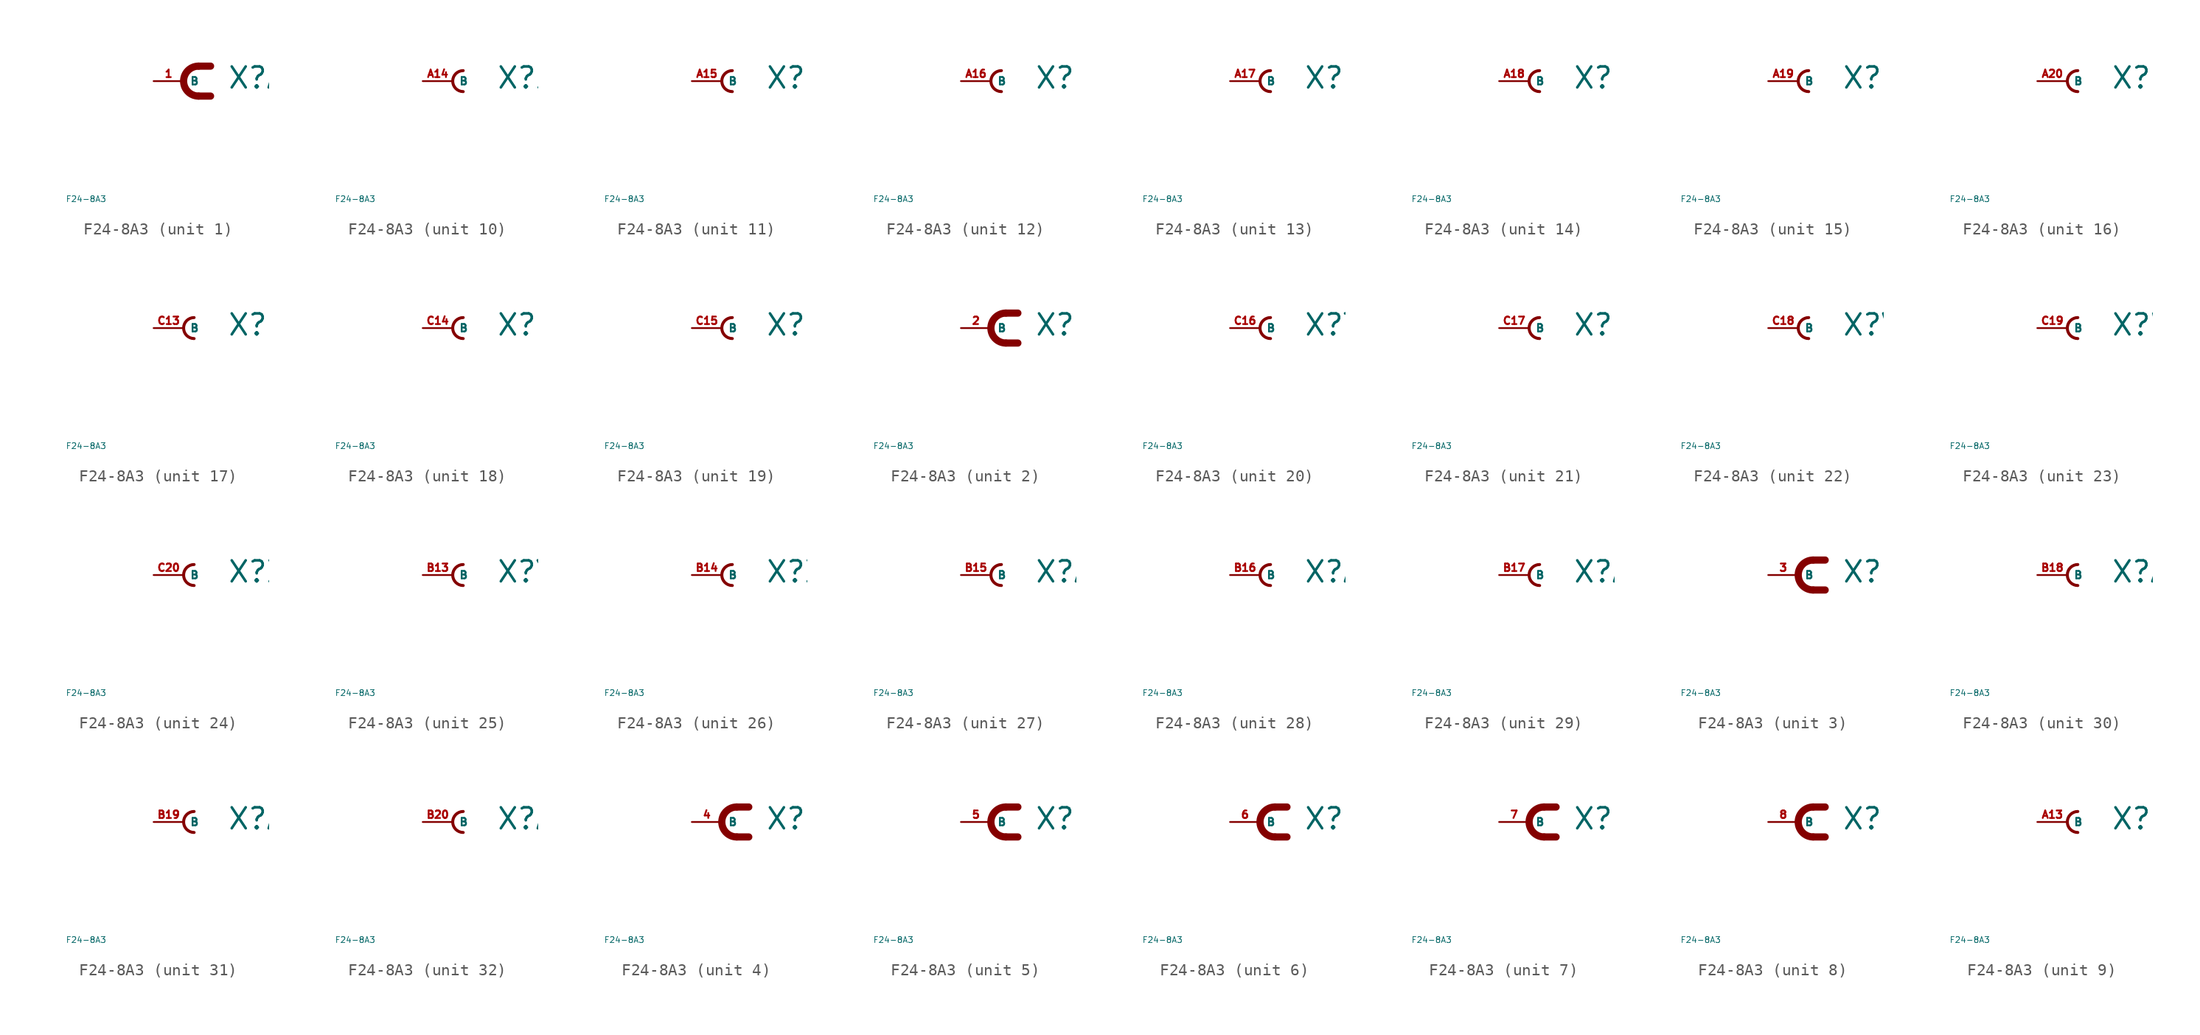
<source format=kicad_sym>
(kicad_symbol_lib
  (version 20220914)
  (generator Eagle2Kicad)
  (symbol "F24-8A3"
    (property "Reference" "X"
      (at 3.683 -0.762 0)
      (effects (font (size 1.778 1.778) (thickness 0.22)) (justify left bottom)))
    (property "Value" "F24-8A3"
      (at -10 -10 0)
      (effects (font (size 0.5 0.5) (thickness 0.06)) (justify left)))
    (symbol "F24-8A3_1_0"
      (arc (start 1.27 1.27) (mid 0.000 0.000) (end 1.27 -1.27) (stroke (width 0.6096) (type default)) (fill (type none)))
      (polyline (pts (xy 1.27 1.27) (xy 2.286 1.27)) (stroke (width 0.61) (type default)) (fill (type none)))
      (polyline (pts (xy 1.27 -1.27) (xy 2.286 -1.27)) (stroke (width 0.61) (type default)) (fill (type none)))
      (pin passive line (at -2.54 0 0) (length 2.54) (name "B" (effects (font (size 0.635 0.635) (thickness 0.08)) (justify left bottom))) (number "1" (effects (font (size 0.635 0.635) (thickness 0.08)) (justify left bottom)))))
    (symbol "F24-8A3_2_0"
      (arc (start 1.27 1.27) (mid 0.000 0.000) (end 1.27 -1.27) (stroke (width 0.6096) (type default)) (fill (type none)))
      (polyline (pts (xy 1.27 1.27) (xy 2.286 1.27)) (stroke (width 0.61) (type default)) (fill (type none)))
      (polyline (pts (xy 1.27 -1.27) (xy 2.286 -1.27)) (stroke (width 0.61) (type default)) (fill (type none)))
      (pin passive line (at -2.54 0 0) (length 2.54) (name "B" (effects (font (size 0.635 0.635) (thickness 0.08)) (justify left bottom))) (number "2" (effects (font (size 0.635 0.635) (thickness 0.08)) (justify left bottom)))))
    (symbol "F24-8A3_3_0"
      (arc (start 1.27 1.27) (mid 0.000 0.000) (end 1.27 -1.27) (stroke (width 0.6096) (type default)) (fill (type none)))
      (polyline (pts (xy 1.27 1.27) (xy 2.286 1.27)) (stroke (width 0.61) (type default)) (fill (type none)))
      (polyline (pts (xy 1.27 -1.27) (xy 2.286 -1.27)) (stroke (width 0.61) (type default)) (fill (type none)))
      (pin passive line (at -2.54 0 0) (length 2.54) (name "B" (effects (font (size 0.635 0.635) (thickness 0.08)) (justify left bottom))) (number "3" (effects (font (size 0.635 0.635) (thickness 0.08)) (justify left bottom)))))
    (symbol "F24-8A3_4_0"
      (arc (start 1.27 1.27) (mid 0.000 0.000) (end 1.27 -1.27) (stroke (width 0.6096) (type default)) (fill (type none)))
      (polyline (pts (xy 1.27 1.27) (xy 2.286 1.27)) (stroke (width 0.61) (type default)) (fill (type none)))
      (polyline (pts (xy 1.27 -1.27) (xy 2.286 -1.27)) (stroke (width 0.61) (type default)) (fill (type none)))
      (pin passive line (at -2.54 0 0) (length 2.54) (name "B" (effects (font (size 0.635 0.635) (thickness 0.08)) (justify left bottom))) (number "4" (effects (font (size 0.635 0.635) (thickness 0.08)) (justify left bottom)))))
    (symbol "F24-8A3_5_0"
      (arc (start 1.27 1.27) (mid 0.000 0.000) (end 1.27 -1.27) (stroke (width 0.6096) (type default)) (fill (type none)))
      (polyline (pts (xy 1.27 1.27) (xy 2.286 1.27)) (stroke (width 0.61) (type default)) (fill (type none)))
      (polyline (pts (xy 1.27 -1.27) (xy 2.286 -1.27)) (stroke (width 0.61) (type default)) (fill (type none)))
      (pin passive line (at -2.54 0 0) (length 2.54) (name "B" (effects (font (size 0.635 0.635) (thickness 0.08)) (justify left bottom))) (number "5" (effects (font (size 0.635 0.635) (thickness 0.08)) (justify left bottom)))))
    (symbol "F24-8A3_6_0"
      (arc (start 1.27 1.27) (mid 0.000 0.000) (end 1.27 -1.27) (stroke (width 0.6096) (type default)) (fill (type none)))
      (polyline (pts (xy 1.27 1.27) (xy 2.286 1.27)) (stroke (width 0.61) (type default)) (fill (type none)))
      (polyline (pts (xy 1.27 -1.27) (xy 2.286 -1.27)) (stroke (width 0.61) (type default)) (fill (type none)))
      (pin passive line (at -2.54 0 0) (length 2.54) (name "B" (effects (font (size 0.635 0.635) (thickness 0.08)) (justify left bottom))) (number "6" (effects (font (size 0.635 0.635) (thickness 0.08)) (justify left bottom)))))
    (symbol "F24-8A3_7_0"
      (arc (start 1.27 1.27) (mid 0.000 0.000) (end 1.27 -1.27) (stroke (width 0.6096) (type default)) (fill (type none)))
      (polyline (pts (xy 1.27 1.27) (xy 2.286 1.27)) (stroke (width 0.61) (type default)) (fill (type none)))
      (polyline (pts (xy 1.27 -1.27) (xy 2.286 -1.27)) (stroke (width 0.61) (type default)) (fill (type none)))
      (pin passive line (at -2.54 0 0) (length 2.54) (name "B" (effects (font (size 0.635 0.635) (thickness 0.08)) (justify left bottom))) (number "7" (effects (font (size 0.635 0.635) (thickness 0.08)) (justify left bottom)))))
    (symbol "F24-8A3_8_0"
      (arc (start 1.27 1.27) (mid 0.000 0.000) (end 1.27 -1.27) (stroke (width 0.6096) (type default)) (fill (type none)))
      (polyline (pts (xy 1.27 1.27) (xy 2.286 1.27)) (stroke (width 0.61) (type default)) (fill (type none)))
      (polyline (pts (xy 1.27 -1.27) (xy 2.286 -1.27)) (stroke (width 0.61) (type default)) (fill (type none)))
      (pin passive line (at -2.54 0 0) (length 2.54) (name "B" (effects (font (size 0.635 0.635) (thickness 0.08)) (justify left bottom))) (number "8" (effects (font (size 0.635 0.635) (thickness 0.08)) (justify left bottom)))))
    (symbol "F24-8A3_9_0"
      (arc (start 0.889 0.889) (mid 0.000 0.000) (end 0.889 -0.889) (stroke (width 0.254) (type default)) (fill (type none)))
      (pin passive line (at -2.54 0 0) (length 2.54) (name "B" (effects (font (size 0.635 0.635) (thickness 0.08)) (justify left bottom))) (number "A13" (effects (font (size 0.635 0.635) (thickness 0.08)) (justify left bottom)))))
    (symbol "F24-8A3_10_0"
      (arc (start 0.889 0.889) (mid 0.000 0.000) (end 0.889 -0.889) (stroke (width 0.254) (type default)) (fill (type none)))
      (pin passive line (at -2.54 0 0) (length 2.54) (name "B" (effects (font (size 0.635 0.635) (thickness 0.08)) (justify left bottom))) (number "A14" (effects (font (size 0.635 0.635) (thickness 0.08)) (justify left bottom)))))
    (symbol "F24-8A3_11_0"
      (arc (start 0.889 0.889) (mid 0.000 0.000) (end 0.889 -0.889) (stroke (width 0.254) (type default)) (fill (type none)))
      (pin passive line (at -2.54 0 0) (length 2.54) (name "B" (effects (font (size 0.635 0.635) (thickness 0.08)) (justify left bottom))) (number "A15" (effects (font (size 0.635 0.635) (thickness 0.08)) (justify left bottom)))))
    (symbol "F24-8A3_12_0"
      (arc (start 0.889 0.889) (mid 0.000 0.000) (end 0.889 -0.889) (stroke (width 0.254) (type default)) (fill (type none)))
      (pin passive line (at -2.54 0 0) (length 2.54) (name "B" (effects (font (size 0.635 0.635) (thickness 0.08)) (justify left bottom))) (number "A16" (effects (font (size 0.635 0.635) (thickness 0.08)) (justify left bottom)))))
    (symbol "F24-8A3_13_0"
      (arc (start 0.889 0.889) (mid 0.000 0.000) (end 0.889 -0.889) (stroke (width 0.254) (type default)) (fill (type none)))
      (pin passive line (at -2.54 0 0) (length 2.54) (name "B" (effects (font (size 0.635 0.635) (thickness 0.08)) (justify left bottom))) (number "A17" (effects (font (size 0.635 0.635) (thickness 0.08)) (justify left bottom)))))
    (symbol "F24-8A3_14_0"
      (arc (start 0.889 0.889) (mid 0.000 0.000) (end 0.889 -0.889) (stroke (width 0.254) (type default)) (fill (type none)))
      (pin passive line (at -2.54 0 0) (length 2.54) (name "B" (effects (font (size 0.635 0.635) (thickness 0.08)) (justify left bottom))) (number "A18" (effects (font (size 0.635 0.635) (thickness 0.08)) (justify left bottom)))))
    (symbol "F24-8A3_15_0"
      (arc (start 0.889 0.889) (mid 0.000 0.000) (end 0.889 -0.889) (stroke (width 0.254) (type default)) (fill (type none)))
      (pin passive line (at -2.54 0 0) (length 2.54) (name "B" (effects (font (size 0.635 0.635) (thickness 0.08)) (justify left bottom))) (number "A19" (effects (font (size 0.635 0.635) (thickness 0.08)) (justify left bottom)))))
    (symbol "F24-8A3_16_0"
      (arc (start 0.889 0.889) (mid 0.000 0.000) (end 0.889 -0.889) (stroke (width 0.254) (type default)) (fill (type none)))
      (pin passive line (at -2.54 0 0) (length 2.54) (name "B" (effects (font (size 0.635 0.635) (thickness 0.08)) (justify left bottom))) (number "A20" (effects (font (size 0.635 0.635) (thickness 0.08)) (justify left bottom)))))
    (symbol "F24-8A3_17_0"
      (arc (start 0.889 0.889) (mid 0.000 0.000) (end 0.889 -0.889) (stroke (width 0.254) (type default)) (fill (type none)))
      (pin passive line (at -2.54 0 0) (length 2.54) (name "B" (effects (font (size 0.635 0.635) (thickness 0.08)) (justify left bottom))) (number "C13" (effects (font (size 0.635 0.635) (thickness 0.08)) (justify left bottom)))))
    (symbol "F24-8A3_18_0"
      (arc (start 0.889 0.889) (mid 0.000 0.000) (end 0.889 -0.889) (stroke (width 0.254) (type default)) (fill (type none)))
      (pin passive line (at -2.54 0 0) (length 2.54) (name "B" (effects (font (size 0.635 0.635) (thickness 0.08)) (justify left bottom))) (number "C14" (effects (font (size 0.635 0.635) (thickness 0.08)) (justify left bottom)))))
    (symbol "F24-8A3_19_0"
      (arc (start 0.889 0.889) (mid 0.000 0.000) (end 0.889 -0.889) (stroke (width 0.254) (type default)) (fill (type none)))
      (pin passive line (at -2.54 0 0) (length 2.54) (name "B" (effects (font (size 0.635 0.635) (thickness 0.08)) (justify left bottom))) (number "C15" (effects (font (size 0.635 0.635) (thickness 0.08)) (justify left bottom)))))
    (symbol "F24-8A3_20_0"
      (arc (start 0.889 0.889) (mid 0.000 0.000) (end 0.889 -0.889) (stroke (width 0.254) (type default)) (fill (type none)))
      (pin passive line (at -2.54 0 0) (length 2.54) (name "B" (effects (font (size 0.635 0.635) (thickness 0.08)) (justify left bottom))) (number "C16" (effects (font (size 0.635 0.635) (thickness 0.08)) (justify left bottom)))))
    (symbol "F24-8A3_21_0"
      (arc (start 0.889 0.889) (mid 0.000 0.000) (end 0.889 -0.889) (stroke (width 0.254) (type default)) (fill (type none)))
      (pin passive line (at -2.54 0 0) (length 2.54) (name "B" (effects (font (size 0.635 0.635) (thickness 0.08)) (justify left bottom))) (number "C17" (effects (font (size 0.635 0.635) (thickness 0.08)) (justify left bottom)))))
    (symbol "F24-8A3_22_0"
      (arc (start 0.889 0.889) (mid 0.000 0.000) (end 0.889 -0.889) (stroke (width 0.254) (type default)) (fill (type none)))
      (pin passive line (at -2.54 0 0) (length 2.54) (name "B" (effects (font (size 0.635 0.635) (thickness 0.08)) (justify left bottom))) (number "C18" (effects (font (size 0.635 0.635) (thickness 0.08)) (justify left bottom)))))
    (symbol "F24-8A3_23_0"
      (arc (start 0.889 0.889) (mid 0.000 0.000) (end 0.889 -0.889) (stroke (width 0.254) (type default)) (fill (type none)))
      (pin passive line (at -2.54 0 0) (length 2.54) (name "B" (effects (font (size 0.635 0.635) (thickness 0.08)) (justify left bottom))) (number "C19" (effects (font (size 0.635 0.635) (thickness 0.08)) (justify left bottom)))))
    (symbol "F24-8A3_24_0"
      (arc (start 0.889 0.889) (mid 0.000 0.000) (end 0.889 -0.889) (stroke (width 0.254) (type default)) (fill (type none)))
      (pin passive line (at -2.54 0 0) (length 2.54) (name "B" (effects (font (size 0.635 0.635) (thickness 0.08)) (justify left bottom))) (number "C20" (effects (font (size 0.635 0.635) (thickness 0.08)) (justify left bottom)))))
    (symbol "F24-8A3_25_0"
      (arc (start 0.889 0.889) (mid 0.000 0.000) (end 0.889 -0.889) (stroke (width 0.254) (type default)) (fill (type none)))
      (pin passive line (at -2.54 0 0) (length 2.54) (name "B" (effects (font (size 0.635 0.635) (thickness 0.08)) (justify left bottom))) (number "B13" (effects (font (size 0.635 0.635) (thickness 0.08)) (justify left bottom)))))
    (symbol "F24-8A3_26_0"
      (arc (start 0.889 0.889) (mid 0.000 0.000) (end 0.889 -0.889) (stroke (width 0.254) (type default)) (fill (type none)))
      (pin passive line (at -2.54 0 0) (length 2.54) (name "B" (effects (font (size 0.635 0.635) (thickness 0.08)) (justify left bottom))) (number "B14" (effects (font (size 0.635 0.635) (thickness 0.08)) (justify left bottom)))))
    (symbol "F24-8A3_27_0"
      (arc (start 0.889 0.889) (mid 0.000 0.000) (end 0.889 -0.889) (stroke (width 0.254) (type default)) (fill (type none)))
      (pin passive line (at -2.54 0 0) (length 2.54) (name "B" (effects (font (size 0.635 0.635) (thickness 0.08)) (justify left bottom))) (number "B15" (effects (font (size 0.635 0.635) (thickness 0.08)) (justify left bottom)))))
    (symbol "F24-8A3_28_0"
      (arc (start 0.889 0.889) (mid 0.000 0.000) (end 0.889 -0.889) (stroke (width 0.254) (type default)) (fill (type none)))
      (pin passive line (at -2.54 0 0) (length 2.54) (name "B" (effects (font (size 0.635 0.635) (thickness 0.08)) (justify left bottom))) (number "B16" (effects (font (size 0.635 0.635) (thickness 0.08)) (justify left bottom)))))
    (symbol "F24-8A3_29_0"
      (arc (start 0.889 0.889) (mid 0.000 0.000) (end 0.889 -0.889) (stroke (width 0.254) (type default)) (fill (type none)))
      (pin passive line (at -2.54 0 0) (length 2.54) (name "B" (effects (font (size 0.635 0.635) (thickness 0.08)) (justify left bottom))) (number "B17" (effects (font (size 0.635 0.635) (thickness 0.08)) (justify left bottom)))))
    (symbol "F24-8A3_30_0"
      (arc (start 0.889 0.889) (mid 0.000 0.000) (end 0.889 -0.889) (stroke (width 0.254) (type default)) (fill (type none)))
      (pin passive line (at -2.54 0 0) (length 2.54) (name "B" (effects (font (size 0.635 0.635) (thickness 0.08)) (justify left bottom))) (number "B18" (effects (font (size 0.635 0.635) (thickness 0.08)) (justify left bottom)))))
    (symbol "F24-8A3_31_0"
      (arc (start 0.889 0.889) (mid 0.000 0.000) (end 0.889 -0.889) (stroke (width 0.254) (type default)) (fill (type none)))
      (pin passive line (at -2.54 0 0) (length 2.54) (name "B" (effects (font (size 0.635 0.635) (thickness 0.08)) (justify left bottom))) (number "B19" (effects (font (size 0.635 0.635) (thickness 0.08)) (justify left bottom)))))
    (symbol "F24-8A3_32_0"
      (arc (start 0.889 0.889) (mid 0.000 0.000) (end 0.889 -0.889) (stroke (width 0.254) (type default)) (fill (type none)))
      (pin passive line (at -2.54 0 0) (length 2.54) (name "B" (effects (font (size 0.635 0.635) (thickness 0.08)) (justify left bottom))) (number "B20" (effects (font (size 0.635 0.635) (thickness 0.08)) (justify left bottom)))))))
</source>
